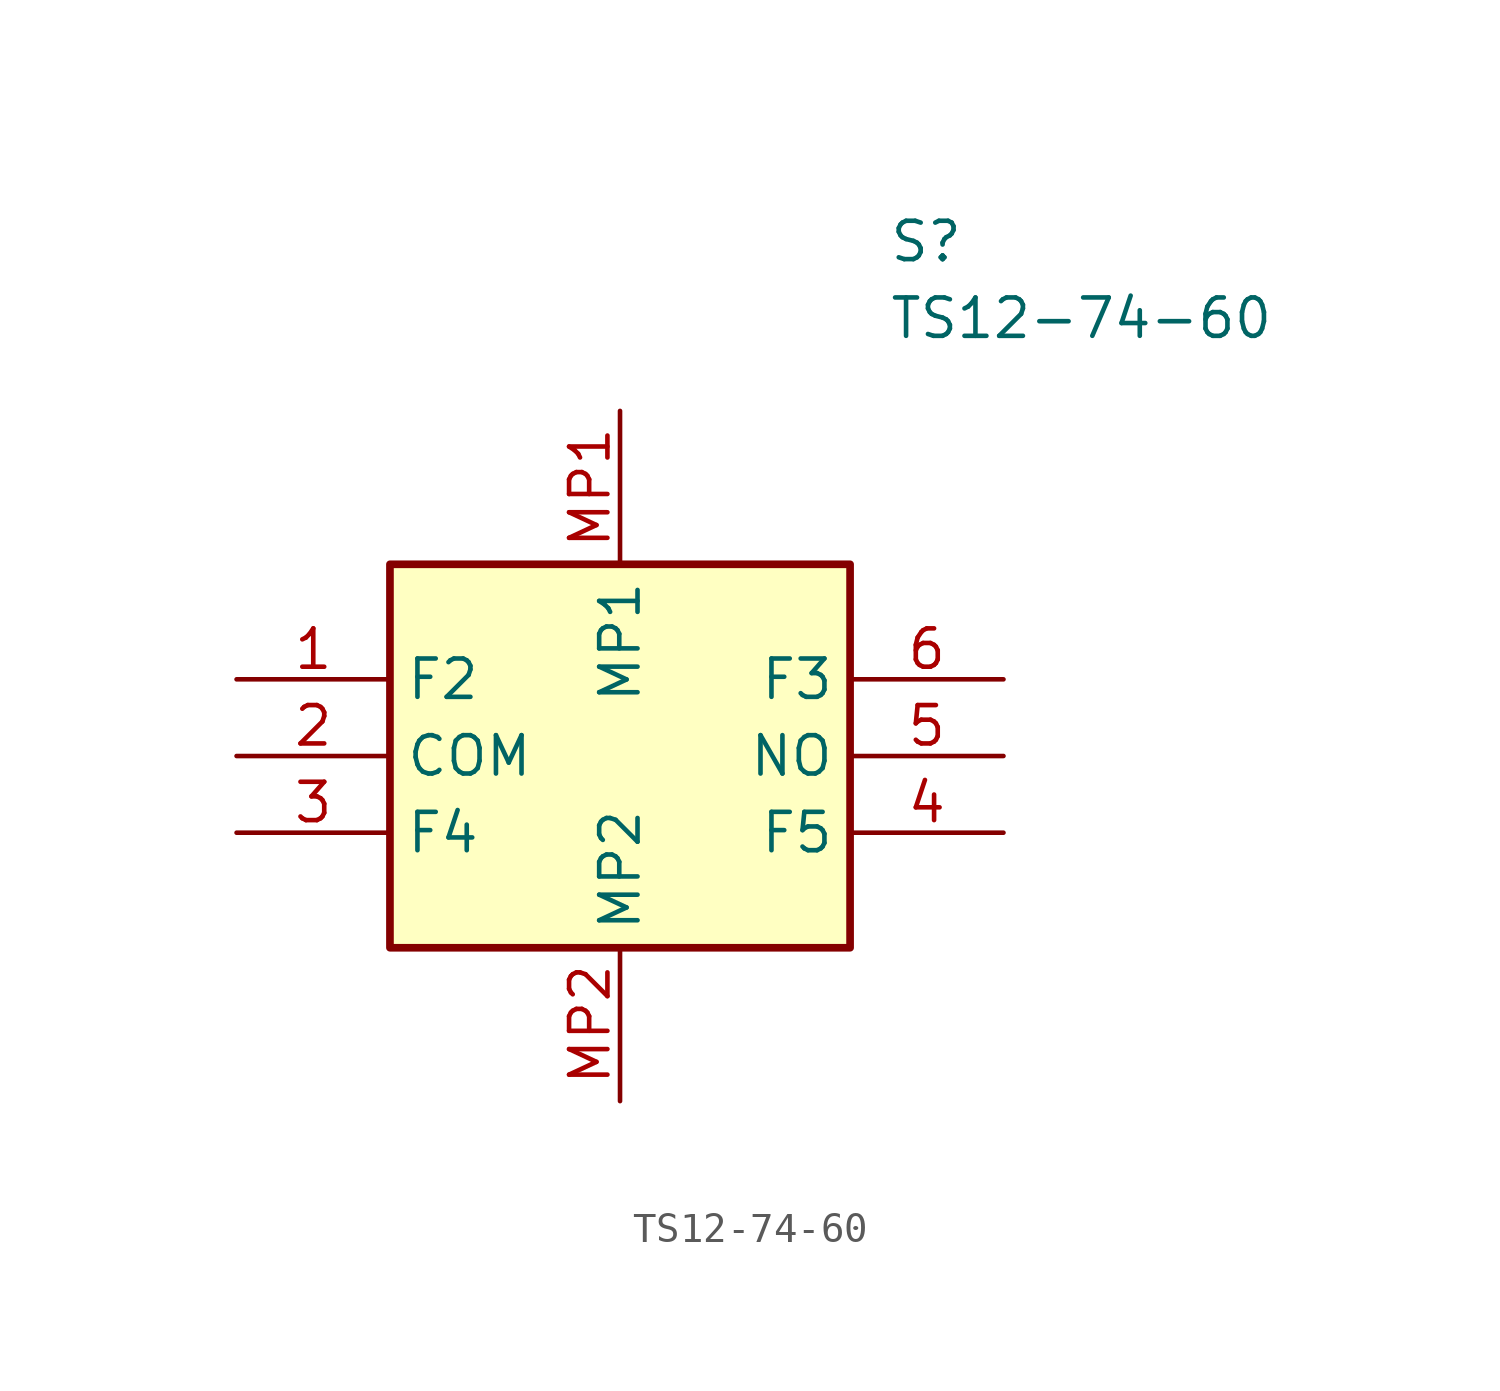
<source format=kicad_sym>
(kicad_symbol_lib
  (version 20241209)
  (generator "kicad_symbol_editor")
  (generator_version "9.0")
  (symbol "TS12-74-60"
    (property "Reference" "S"
      (at 8.89 17.78 0)
      (effects (font (size 1.27 1.27)) (justify left top)))
    (property "Value" "TS12-74-60"
      (at 8.89 15.24 0)
      (effects (font (size 1.27 1.27)) (justify left top)))
    (symbol "TS12-74-60_1_1"
      (rectangle (start -7.62 6.35) (end 7.62 -6.35) (stroke (width 0.254) (type default)) (fill (type background)))
      (pin passive line (at -12.7 2.54 0) (length 5.08) (name "F2" (effects (font (size 1.27 1.27)))) (number "1" (effects (font (size 1.27 1.27)))))
      (pin passive line (at -12.7 0 0) (length 5.08) (name "COM" (effects (font (size 1.27 1.27)))) (number "2" (effects (font (size 1.27 1.27)))))
      (pin passive line (at -12.7 -2.54 0) (length 5.08) (name "F4" (effects (font (size 1.27 1.27)))) (number "3" (effects (font (size 1.27 1.27)))))
      (pin passive line (at 0 11.43 270) (length 5.08) (name "MP1" (effects (font (size 1.27 1.27)))) (number "MP1" (effects (font (size 1.27 1.27)))))
      (pin passive line (at 0 -11.43 90) (length 5.08) (name "MP2" (effects (font (size 1.27 1.27)))) (number "MP2" (effects (font (size 1.27 1.27)))))
      (pin passive line (at 12.7 2.54 180) (length 5.08) (name "F3" (effects (font (size 1.27 1.27)))) (number "6" (effects (font (size 1.27 1.27)))))
      (pin passive line (at 12.7 0 180) (length 5.08) (name "NO" (effects (font (size 1.27 1.27)))) (number "5" (effects (font (size 1.27 1.27)))))
      (pin passive line (at 12.7 -2.54 180) (length 5.08) (name "F5" (effects (font (size 1.27 1.27)))) (number "4" (effects (font (size 1.27 1.27))))))))
</source>
